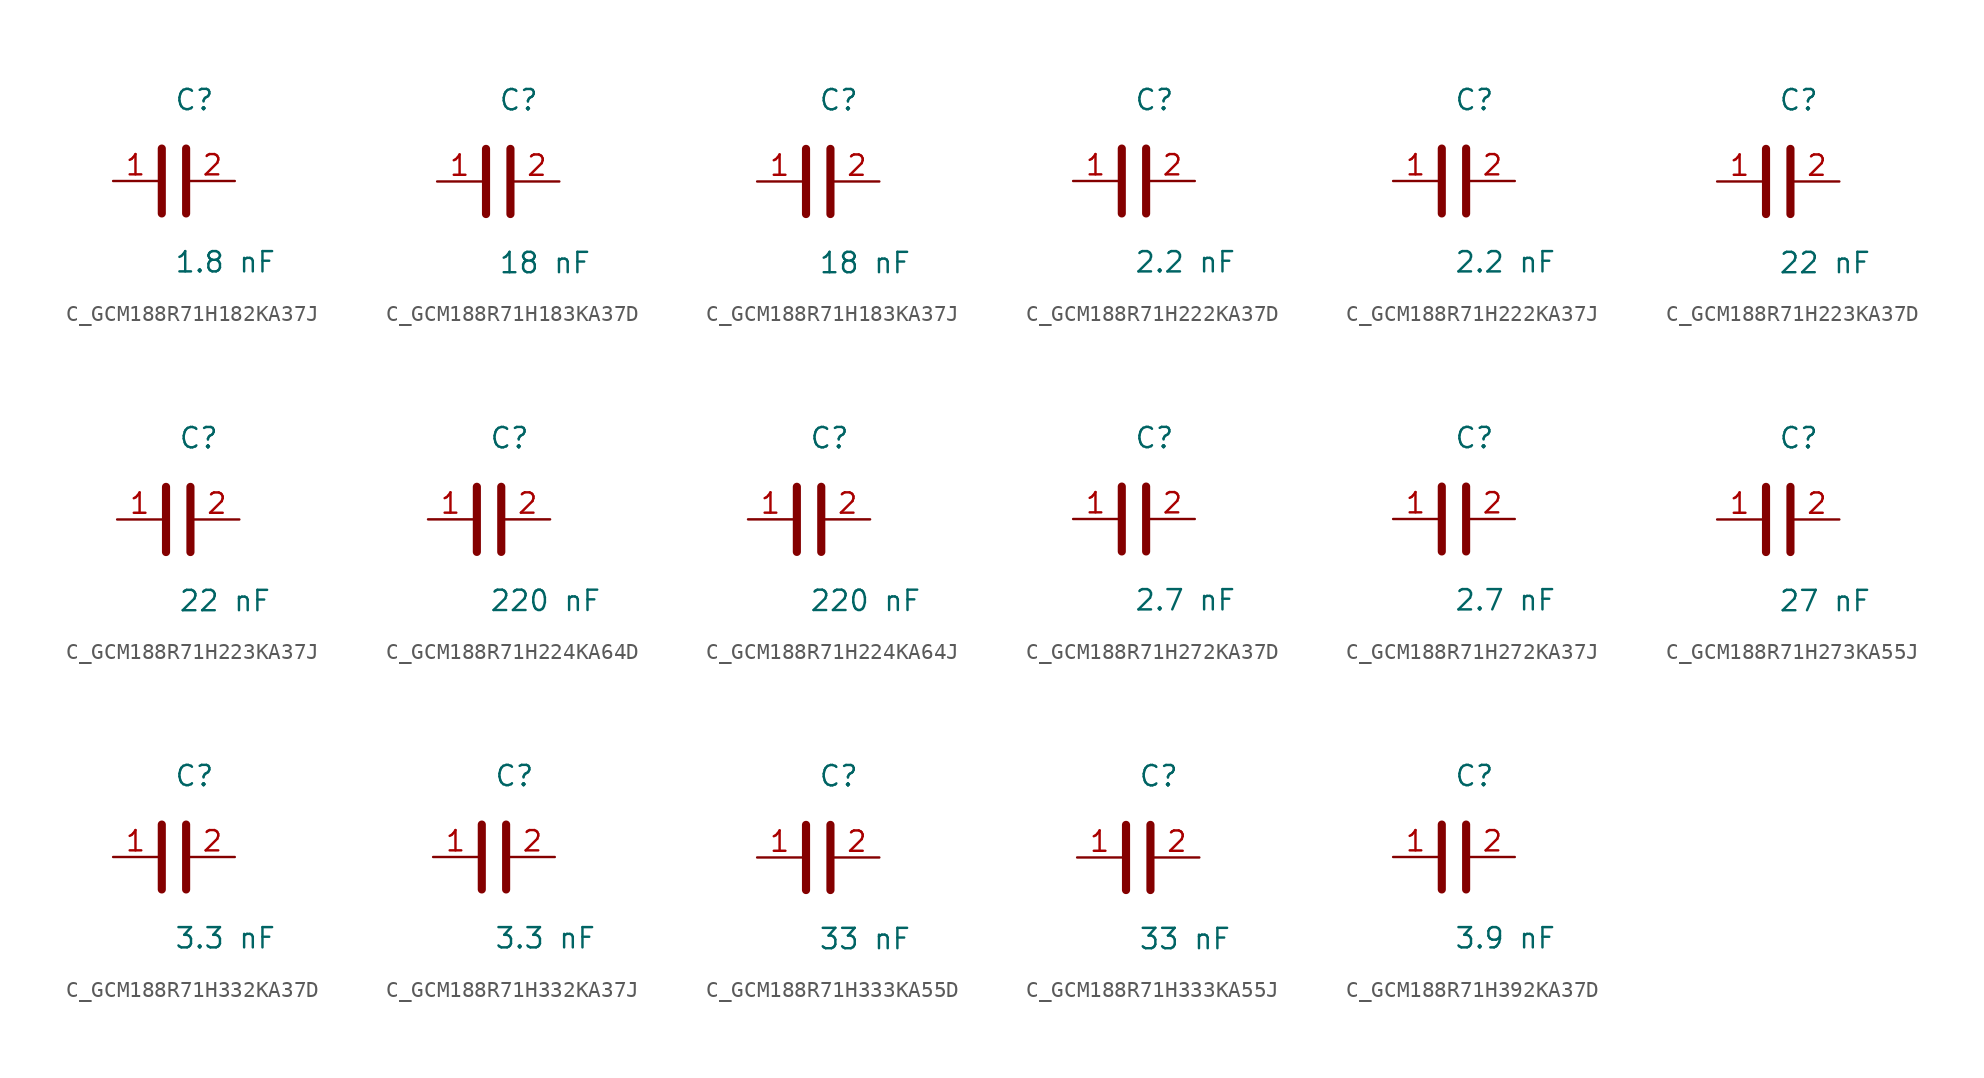
<source format=kicad_sym>
(kicad_symbol_lib
  (version 20231120)
  (generator kicad_symbol_editor)
  (generator_version 8.0)
  (symbol "C_GCM188R71H182KA37J"
    (pin_names
      (offset 0.254))
    (property "Value" "1.8 nF"
      (at 0 -5.08 0)
      (effects (font (size 1.27 1.27)) (justify left)))
    (property "Reference" "C"
      (at 0 5.08 0)
      (effects (font (size 1.27 1.27)) (justify left)))
    (symbol "C_GCM188R71H182KA37J_0_1"
      (polyline (pts (xy -0.762 -2.032) (xy -0.762 2.032)) (stroke (width 0.508) (type default)) (fill (type none)))
      (polyline (pts (xy 0.762 -2.032) (xy 0.762 2.032)) (stroke (width 0.508) (type default)) (fill (type none))))
    (pin unspecified line
      (at -3.81 0 0)
      (length 2.8)
      (name "" (effects (font (size 1.27 1.27))))
      (number "1" (effects (font (size 1.27 1.27)))))
    (pin unspecified line
      (at 3.81 0 180)
      (length 2.8)
      (name "" (effects (font (size 1.27 1.27))))
      (number "2" (effects (font (size 1.27 1.27))))))
  (symbol "C_GCM188R71H183KA37D"
    (pin_names
      (offset 0.254))
    (property "Value" "18 nF"
      (at 0 -5.08 0)
      (effects (font (size 1.27 1.27)) (justify left)))
    (property "Reference" "C"
      (at 0 5.08 0)
      (effects (font (size 1.27 1.27)) (justify left)))
    (symbol "C_GCM188R71H183KA37D_0_1"
      (polyline (pts (xy -0.762 -2.032) (xy -0.762 2.032)) (stroke (width 0.508) (type default)) (fill (type none)))
      (polyline (pts (xy 0.762 -2.032) (xy 0.762 2.032)) (stroke (width 0.508) (type default)) (fill (type none))))
    (pin unspecified line
      (at -3.81 0 0)
      (length 2.8)
      (name "" (effects (font (size 1.27 1.27))))
      (number "1" (effects (font (size 1.27 1.27)))))
    (pin unspecified line
      (at 3.81 0 180)
      (length 2.8)
      (name "" (effects (font (size 1.27 1.27))))
      (number "2" (effects (font (size 1.27 1.27))))))
  (symbol "C_GCM188R71H183KA37J"
    (pin_names
      (offset 0.254))
    (property "Value" "18 nF"
      (at 0 -5.08 0)
      (effects (font (size 1.27 1.27)) (justify left)))
    (property "Reference" "C"
      (at 0 5.08 0)
      (effects (font (size 1.27 1.27)) (justify left)))
    (symbol "C_GCM188R71H183KA37J_0_1"
      (polyline (pts (xy -0.762 -2.032) (xy -0.762 2.032)) (stroke (width 0.508) (type default)) (fill (type none)))
      (polyline (pts (xy 0.762 -2.032) (xy 0.762 2.032)) (stroke (width 0.508) (type default)) (fill (type none))))
    (pin unspecified line
      (at -3.81 0 0)
      (length 2.8)
      (name "" (effects (font (size 1.27 1.27))))
      (number "1" (effects (font (size 1.27 1.27)))))
    (pin unspecified line
      (at 3.81 0 180)
      (length 2.8)
      (name "" (effects (font (size 1.27 1.27))))
      (number "2" (effects (font (size 1.27 1.27))))))
  (symbol "C_GCM188R71H222KA37D"
    (pin_names
      (offset 0.254))
    (property "Value" "2.2 nF"
      (at 0 -5.08 0)
      (effects (font (size 1.27 1.27)) (justify left)))
    (property "Reference" "C"
      (at 0 5.08 0)
      (effects (font (size 1.27 1.27)) (justify left)))
    (symbol "C_GCM188R71H222KA37D_0_1"
      (polyline (pts (xy -0.762 -2.032) (xy -0.762 2.032)) (stroke (width 0.508) (type default)) (fill (type none)))
      (polyline (pts (xy 0.762 -2.032) (xy 0.762 2.032)) (stroke (width 0.508) (type default)) (fill (type none))))
    (pin unspecified line
      (at -3.81 0 0)
      (length 2.8)
      (name "" (effects (font (size 1.27 1.27))))
      (number "1" (effects (font (size 1.27 1.27)))))
    (pin unspecified line
      (at 3.81 0 180)
      (length 2.8)
      (name "" (effects (font (size 1.27 1.27))))
      (number "2" (effects (font (size 1.27 1.27))))))
  (symbol "C_GCM188R71H222KA37J"
    (pin_names
      (offset 0.254))
    (property "Value" "2.2 nF"
      (at 0 -5.08 0)
      (effects (font (size 1.27 1.27)) (justify left)))
    (property "Reference" "C"
      (at 0 5.08 0)
      (effects (font (size 1.27 1.27)) (justify left)))
    (symbol "C_GCM188R71H222KA37J_0_1"
      (polyline (pts (xy -0.762 -2.032) (xy -0.762 2.032)) (stroke (width 0.508) (type default)) (fill (type none)))
      (polyline (pts (xy 0.762 -2.032) (xy 0.762 2.032)) (stroke (width 0.508) (type default)) (fill (type none))))
    (pin unspecified line
      (at -3.81 0 0)
      (length 2.8)
      (name "" (effects (font (size 1.27 1.27))))
      (number "1" (effects (font (size 1.27 1.27)))))
    (pin unspecified line
      (at 3.81 0 180)
      (length 2.8)
      (name "" (effects (font (size 1.27 1.27))))
      (number "2" (effects (font (size 1.27 1.27))))))
  (symbol "C_GCM188R71H223KA37D"
    (pin_names
      (offset 0.254))
    (property "Value" "22 nF"
      (at 0 -5.08 0)
      (effects (font (size 1.27 1.27)) (justify left)))
    (property "Reference" "C"
      (at 0 5.08 0)
      (effects (font (size 1.27 1.27)) (justify left)))
    (symbol "C_GCM188R71H223KA37D_0_1"
      (polyline (pts (xy -0.762 -2.032) (xy -0.762 2.032)) (stroke (width 0.508) (type default)) (fill (type none)))
      (polyline (pts (xy 0.762 -2.032) (xy 0.762 2.032)) (stroke (width 0.508) (type default)) (fill (type none))))
    (pin unspecified line
      (at -3.81 0 0)
      (length 2.8)
      (name "" (effects (font (size 1.27 1.27))))
      (number "1" (effects (font (size 1.27 1.27)))))
    (pin unspecified line
      (at 3.81 0 180)
      (length 2.8)
      (name "" (effects (font (size 1.27 1.27))))
      (number "2" (effects (font (size 1.27 1.27))))))
  (symbol "C_GCM188R71H223KA37J"
    (pin_names
      (offset 0.254))
    (property "Value" "22 nF"
      (at 0 -5.08 0)
      (effects (font (size 1.27 1.27)) (justify left)))
    (property "Reference" "C"
      (at 0 5.08 0)
      (effects (font (size 1.27 1.27)) (justify left)))
    (symbol "C_GCM188R71H223KA37J_0_1"
      (polyline (pts (xy -0.762 -2.032) (xy -0.762 2.032)) (stroke (width 0.508) (type default)) (fill (type none)))
      (polyline (pts (xy 0.762 -2.032) (xy 0.762 2.032)) (stroke (width 0.508) (type default)) (fill (type none))))
    (pin unspecified line
      (at -3.81 0 0)
      (length 2.8)
      (name "" (effects (font (size 1.27 1.27))))
      (number "1" (effects (font (size 1.27 1.27)))))
    (pin unspecified line
      (at 3.81 0 180)
      (length 2.8)
      (name "" (effects (font (size 1.27 1.27))))
      (number "2" (effects (font (size 1.27 1.27))))))
  (symbol "C_GCM188R71H224KA64D"
    (pin_names
      (offset 0.254))
    (property "Value" "220 nF"
      (at 0 -5.08 0)
      (effects (font (size 1.27 1.27)) (justify left)))
    (property "Reference" "C"
      (at 0 5.08 0)
      (effects (font (size 1.27 1.27)) (justify left)))
    (symbol "C_GCM188R71H224KA64D_0_1"
      (polyline (pts (xy -0.762 -2.032) (xy -0.762 2.032)) (stroke (width 0.508) (type default)) (fill (type none)))
      (polyline (pts (xy 0.762 -2.032) (xy 0.762 2.032)) (stroke (width 0.508) (type default)) (fill (type none))))
    (pin unspecified line
      (at -3.81 0 0)
      (length 2.8)
      (name "" (effects (font (size 1.27 1.27))))
      (number "1" (effects (font (size 1.27 1.27)))))
    (pin unspecified line
      (at 3.81 0 180)
      (length 2.8)
      (name "" (effects (font (size 1.27 1.27))))
      (number "2" (effects (font (size 1.27 1.27))))))
  (symbol "C_GCM188R71H224KA64J"
    (pin_names
      (offset 0.254))
    (property "Value" "220 nF"
      (at 0 -5.08 0)
      (effects (font (size 1.27 1.27)) (justify left)))
    (property "Reference" "C"
      (at 0 5.08 0)
      (effects (font (size 1.27 1.27)) (justify left)))
    (symbol "C_GCM188R71H224KA64J_0_1"
      (polyline (pts (xy -0.762 -2.032) (xy -0.762 2.032)) (stroke (width 0.508) (type default)) (fill (type none)))
      (polyline (pts (xy 0.762 -2.032) (xy 0.762 2.032)) (stroke (width 0.508) (type default)) (fill (type none))))
    (pin unspecified line
      (at -3.81 0 0)
      (length 2.8)
      (name "" (effects (font (size 1.27 1.27))))
      (number "1" (effects (font (size 1.27 1.27)))))
    (pin unspecified line
      (at 3.81 0 180)
      (length 2.8)
      (name "" (effects (font (size 1.27 1.27))))
      (number "2" (effects (font (size 1.27 1.27))))))
  (symbol "C_GCM188R71H272KA37D"
    (pin_names
      (offset 0.254))
    (property "Value" "2.7 nF"
      (at 0 -5.08 0)
      (effects (font (size 1.27 1.27)) (justify left)))
    (property "Reference" "C"
      (at 0 5.08 0)
      (effects (font (size 1.27 1.27)) (justify left)))
    (symbol "C_GCM188R71H272KA37D_0_1"
      (polyline (pts (xy -0.762 -2.032) (xy -0.762 2.032)) (stroke (width 0.508) (type default)) (fill (type none)))
      (polyline (pts (xy 0.762 -2.032) (xy 0.762 2.032)) (stroke (width 0.508) (type default)) (fill (type none))))
    (pin unspecified line
      (at -3.81 0 0)
      (length 2.8)
      (name "" (effects (font (size 1.27 1.27))))
      (number "1" (effects (font (size 1.27 1.27)))))
    (pin unspecified line
      (at 3.81 0 180)
      (length 2.8)
      (name "" (effects (font (size 1.27 1.27))))
      (number "2" (effects (font (size 1.27 1.27))))))
  (symbol "C_GCM188R71H272KA37J"
    (pin_names
      (offset 0.254))
    (property "Value" "2.7 nF"
      (at 0 -5.08 0)
      (effects (font (size 1.27 1.27)) (justify left)))
    (property "Reference" "C"
      (at 0 5.08 0)
      (effects (font (size 1.27 1.27)) (justify left)))
    (symbol "C_GCM188R71H272KA37J_0_1"
      (polyline (pts (xy -0.762 -2.032) (xy -0.762 2.032)) (stroke (width 0.508) (type default)) (fill (type none)))
      (polyline (pts (xy 0.762 -2.032) (xy 0.762 2.032)) (stroke (width 0.508) (type default)) (fill (type none))))
    (pin unspecified line
      (at -3.81 0 0)
      (length 2.8)
      (name "" (effects (font (size 1.27 1.27))))
      (number "1" (effects (font (size 1.27 1.27)))))
    (pin unspecified line
      (at 3.81 0 180)
      (length 2.8)
      (name "" (effects (font (size 1.27 1.27))))
      (number "2" (effects (font (size 1.27 1.27))))))
  (symbol "C_GCM188R71H273KA55J"
    (pin_names
      (offset 0.254))
    (property "Value" "27 nF"
      (at 0 -5.08 0)
      (effects (font (size 1.27 1.27)) (justify left)))
    (property "Reference" "C"
      (at 0 5.08 0)
      (effects (font (size 1.27 1.27)) (justify left)))
    (symbol "C_GCM188R71H273KA55J_0_1"
      (polyline (pts (xy -0.762 -2.032) (xy -0.762 2.032)) (stroke (width 0.508) (type default)) (fill (type none)))
      (polyline (pts (xy 0.762 -2.032) (xy 0.762 2.032)) (stroke (width 0.508) (type default)) (fill (type none))))
    (pin unspecified line
      (at -3.81 0 0)
      (length 2.8)
      (name "" (effects (font (size 1.27 1.27))))
      (number "1" (effects (font (size 1.27 1.27)))))
    (pin unspecified line
      (at 3.81 0 180)
      (length 2.8)
      (name "" (effects (font (size 1.27 1.27))))
      (number "2" (effects (font (size 1.27 1.27))))))
  (symbol "C_GCM188R71H332KA37D"
    (pin_names
      (offset 0.254))
    (property "Value" "3.3 nF"
      (at 0 -5.08 0)
      (effects (font (size 1.27 1.27)) (justify left)))
    (property "Reference" "C"
      (at 0 5.08 0)
      (effects (font (size 1.27 1.27)) (justify left)))
    (symbol "C_GCM188R71H332KA37D_0_1"
      (polyline (pts (xy -0.762 -2.032) (xy -0.762 2.032)) (stroke (width 0.508) (type default)) (fill (type none)))
      (polyline (pts (xy 0.762 -2.032) (xy 0.762 2.032)) (stroke (width 0.508) (type default)) (fill (type none))))
    (pin unspecified line
      (at -3.81 0 0)
      (length 2.8)
      (name "" (effects (font (size 1.27 1.27))))
      (number "1" (effects (font (size 1.27 1.27)))))
    (pin unspecified line
      (at 3.81 0 180)
      (length 2.8)
      (name "" (effects (font (size 1.27 1.27))))
      (number "2" (effects (font (size 1.27 1.27))))))
  (symbol "C_GCM188R71H332KA37J"
    (pin_names
      (offset 0.254))
    (property "Value" "3.3 nF"
      (at 0 -5.08 0)
      (effects (font (size 1.27 1.27)) (justify left)))
    (property "Reference" "C"
      (at 0 5.08 0)
      (effects (font (size 1.27 1.27)) (justify left)))
    (symbol "C_GCM188R71H332KA37J_0_1"
      (polyline (pts (xy -0.762 -2.032) (xy -0.762 2.032)) (stroke (width 0.508) (type default)) (fill (type none)))
      (polyline (pts (xy 0.762 -2.032) (xy 0.762 2.032)) (stroke (width 0.508) (type default)) (fill (type none))))
    (pin unspecified line
      (at -3.81 0 0)
      (length 2.8)
      (name "" (effects (font (size 1.27 1.27))))
      (number "1" (effects (font (size 1.27 1.27)))))
    (pin unspecified line
      (at 3.81 0 180)
      (length 2.8)
      (name "" (effects (font (size 1.27 1.27))))
      (number "2" (effects (font (size 1.27 1.27))))))
  (symbol "C_GCM188R71H333KA55D"
    (pin_names
      (offset 0.254))
    (property "Value" "33 nF"
      (at 0 -5.08 0)
      (effects (font (size 1.27 1.27)) (justify left)))
    (property "Reference" "C"
      (at 0 5.08 0)
      (effects (font (size 1.27 1.27)) (justify left)))
    (symbol "C_GCM188R71H333KA55D_0_1"
      (polyline (pts (xy -0.762 -2.032) (xy -0.762 2.032)) (stroke (width 0.508) (type default)) (fill (type none)))
      (polyline (pts (xy 0.762 -2.032) (xy 0.762 2.032)) (stroke (width 0.508) (type default)) (fill (type none))))
    (pin unspecified line
      (at -3.81 0 0)
      (length 2.8)
      (name "" (effects (font (size 1.27 1.27))))
      (number "1" (effects (font (size 1.27 1.27)))))
    (pin unspecified line
      (at 3.81 0 180)
      (length 2.8)
      (name "" (effects (font (size 1.27 1.27))))
      (number "2" (effects (font (size 1.27 1.27))))))
  (symbol "C_GCM188R71H333KA55J"
    (pin_names
      (offset 0.254))
    (property "Value" "33 nF"
      (at 0 -5.08 0)
      (effects (font (size 1.27 1.27)) (justify left)))
    (property "Reference" "C"
      (at 0 5.08 0)
      (effects (font (size 1.27 1.27)) (justify left)))
    (symbol "C_GCM188R71H333KA55J_0_1"
      (polyline (pts (xy -0.762 -2.032) (xy -0.762 2.032)) (stroke (width 0.508) (type default)) (fill (type none)))
      (polyline (pts (xy 0.762 -2.032) (xy 0.762 2.032)) (stroke (width 0.508) (type default)) (fill (type none))))
    (pin unspecified line
      (at -3.81 0 0)
      (length 2.8)
      (name "" (effects (font (size 1.27 1.27))))
      (number "1" (effects (font (size 1.27 1.27)))))
    (pin unspecified line
      (at 3.81 0 180)
      (length 2.8)
      (name "" (effects (font (size 1.27 1.27))))
      (number "2" (effects (font (size 1.27 1.27))))))
  (symbol "C_GCM188R71H392KA37D"
    (pin_names
      (offset 0.254))
    (property "Value" "3.9 nF"
      (at 0 -5.08 0)
      (effects (font (size 1.27 1.27)) (justify left)))
    (property "Reference" "C"
      (at 0 5.08 0)
      (effects (font (size 1.27 1.27)) (justify left)))
    (symbol "C_GCM188R71H392KA37D_0_1"
      (polyline (pts (xy -0.762 -2.032) (xy -0.762 2.032)) (stroke (width 0.508) (type default)) (fill (type none)))
      (polyline (pts (xy 0.762 -2.032) (xy 0.762 2.032)) (stroke (width 0.508) (type default)) (fill (type none))))
    (pin unspecified line
      (at -3.81 0 0)
      (length 2.8)
      (name "" (effects (font (size 1.27 1.27))))
      (number "1" (effects (font (size 1.27 1.27)))))
    (pin unspecified line
      (at 3.81 0 180)
      (length 2.8)
      (name "" (effects (font (size 1.27 1.27))))
      (number "2" (effects (font (size 1.27 1.27)))))))
</source>
